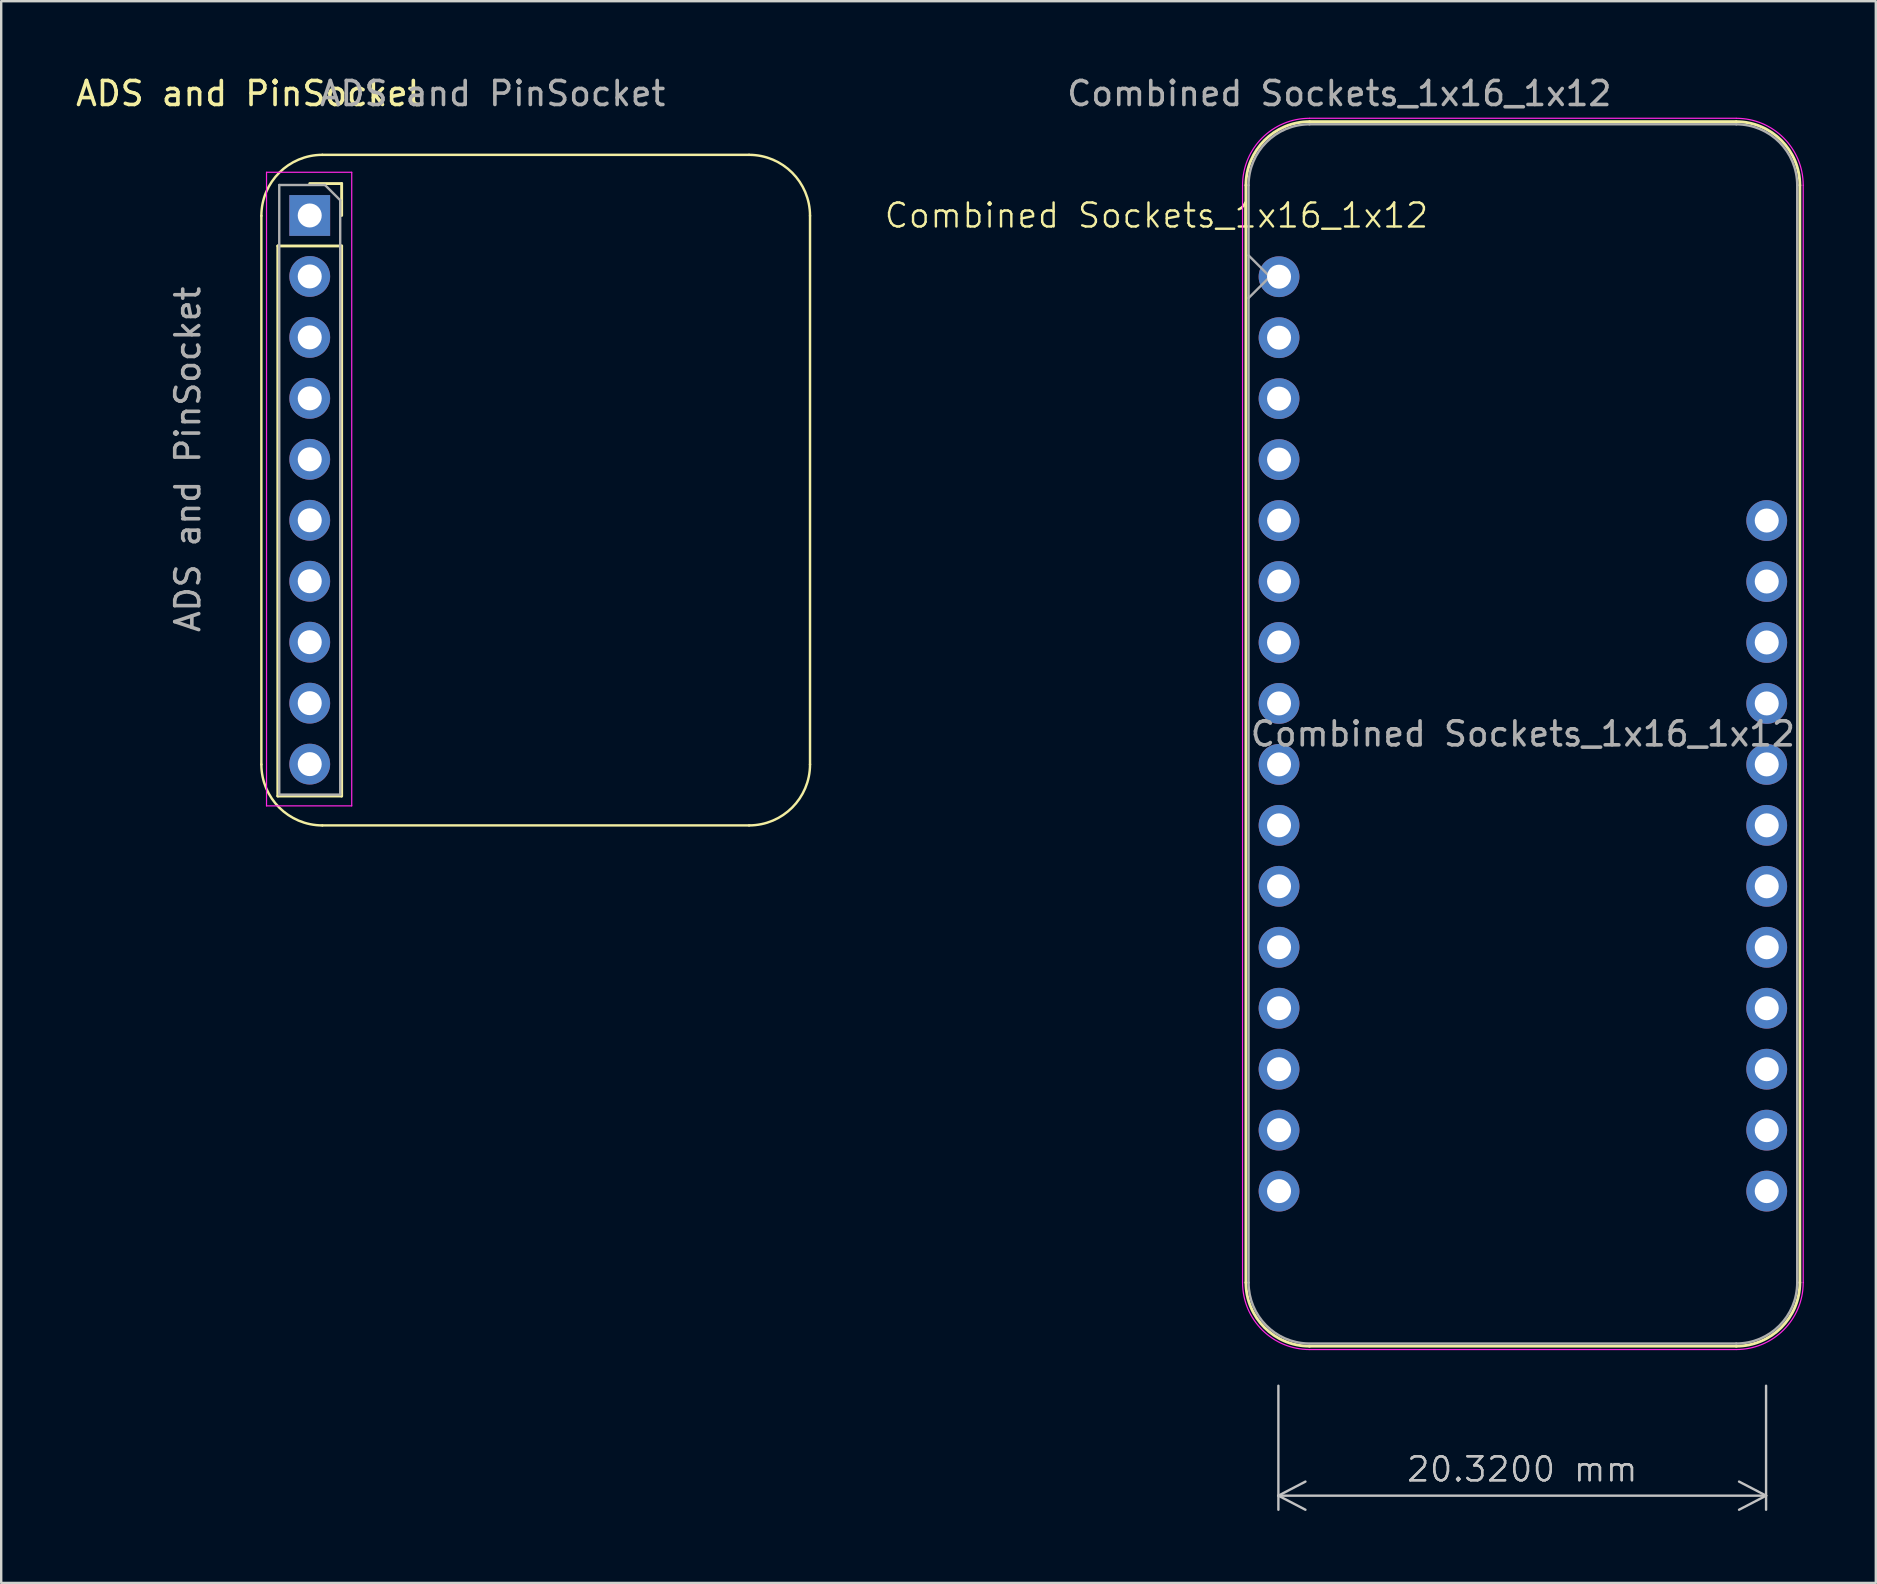
<source format=kicad_pcb>
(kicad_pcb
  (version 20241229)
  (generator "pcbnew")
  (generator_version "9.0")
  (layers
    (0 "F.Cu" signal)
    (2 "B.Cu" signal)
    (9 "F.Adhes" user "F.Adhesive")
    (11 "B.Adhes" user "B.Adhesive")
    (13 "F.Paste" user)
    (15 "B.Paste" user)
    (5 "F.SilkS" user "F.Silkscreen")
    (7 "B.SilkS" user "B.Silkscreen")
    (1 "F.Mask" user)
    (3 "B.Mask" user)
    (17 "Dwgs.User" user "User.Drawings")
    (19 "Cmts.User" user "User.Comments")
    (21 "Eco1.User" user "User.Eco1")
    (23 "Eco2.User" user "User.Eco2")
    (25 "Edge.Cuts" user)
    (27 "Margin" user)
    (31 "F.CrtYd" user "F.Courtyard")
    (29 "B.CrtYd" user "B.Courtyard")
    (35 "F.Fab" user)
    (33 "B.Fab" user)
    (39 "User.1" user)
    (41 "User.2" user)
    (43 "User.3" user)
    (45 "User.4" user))
  (footprint "ADS and PinSocket"
    (layer "F.Cu")
    (at 9.855 5.928)
    (property "Reference" "ADS and PinSocket" (at -2.54 -5.08 0) (layer "F.SilkS") (effects (font (size 1 1) (thickness 0.15))))
    (attr through_hole)
    (fp_line (start -2.015 22.873) (end -2.015 0.013) (stroke (width 0.102) (type default)) (layer "F.SilkS"))
    (fp_line (start -1.33 1.27) (end -1.33 24.19) (stroke (width 0.12) (type solid)) (layer "F.SilkS"))
    (fp_line (start -1.33 1.27) (end 1.33 1.27) (stroke (width 0.12) (type solid)) (layer "F.SilkS"))
    (fp_line (start -1.33 24.19) (end 1.33 24.19) (stroke (width 0.12) (type solid)) (layer "F.SilkS"))
    (fp_line (start 0 -1.33) (end 1.33 -1.33) (stroke (width 0.12) (type solid)) (layer "F.SilkS"))
    (fp_line (start 0.525 -2.527) (end 18.305 -2.527) (stroke (width 0.102) (type default)) (layer "F.SilkS"))
    (fp_line (start 1.33 -1.33) (end 1.33 0) (stroke (width 0.12) (type solid)) (layer "F.SilkS"))
    (fp_line (start 1.33 1.27) (end 1.33 24.19) (stroke (width 0.12) (type solid)) (layer "F.SilkS"))
    (fp_line (start 18.305 25.413) (end 0.525 25.413) (stroke (width 0.102) (type default)) (layer "F.SilkS"))
    (fp_line (start 20.845 0.013) (end 20.845 22.873) (stroke (width 0.102) (type default)) (layer "F.SilkS"))
    (fp_arc (start -2.014741 0.013255) (mid -1.270792 -1.782796) (end 0.525259 -2.526745) (stroke (width 0.1016) (type default)) (layer "F.SilkS"))
    (fp_arc (start 0.525259 25.413255) (mid -1.270792 24.669306) (end -2.014741 22.873255) (stroke (width 0.1016) (type default)) (layer "F.SilkS"))
    (fp_arc (start 18.305259 -2.526745) (mid 20.10131 -1.782796) (end 20.845259 0.013255) (stroke (width 0.1016) (type default)) (layer "F.SilkS"))
    (fp_arc (start 20.845259 22.873255) (mid 20.10131 24.669306) (end 18.305259 25.413255) (stroke (width 0.1016) (type default)) (layer "F.SilkS"))
    (fp_line (start -1.8 -1.8) (end 1.75 -1.8) (stroke (width 0.05) (type solid)) (layer "F.CrtYd"))
    (fp_line (start -1.8 24.6) (end -1.8 -1.8) (stroke (width 0.05) (type solid)) (layer "F.CrtYd"))
    (fp_line (start 1.75 -1.8) (end 1.75 24.6) (stroke (width 0.05) (type solid)) (layer "F.CrtYd"))
    (fp_line (start 1.75 24.6) (end -1.8 24.6) (stroke (width 0.05) (type solid)) (layer "F.CrtYd"))
    (fp_line (start -1.27 -1.27) (end 0.635 -1.27) (stroke (width 0.1) (type solid)) (layer "F.Fab"))
    (fp_line (start -1.27 24.13) (end -1.27 -1.27) (stroke (width 0.1) (type solid)) (layer "F.Fab"))
    (fp_line (start 0.635 -1.27) (end 1.27 -0.635) (stroke (width 0.1) (type solid)) (layer "F.Fab"))
    (fp_line (start 1.27 -0.635) (end 1.27 24.13) (stroke (width 0.1) (type solid)) (layer "F.Fab"))
    (fp_line (start 1.27 24.13) (end -1.27 24.13) (stroke (width 0.1) (type solid)) (layer "F.Fab"))
    (fp_text user "${REFERENCE}" (at -5.08 10.16 90) (layer "F.Fab") (effects (font (size 1 1) (thickness 0.15))))
    (fp_text user "${REFERENCE}" (at 7.62 -5.08 0) (unlocked yes) (layer "F.Fab") (effects (font (size 1 1) (thickness 0.15))))
    (pad "1" thru_hole rect (at 0 0) (size 1.7 1.7) (drill 1) (layers "*.Cu" "*.Mask"))
    (pad "2" thru_hole oval (at 0 2.54) (size 1.7 1.7) (drill 1) (layers "*.Cu" "*.Mask"))
    (pad "3" thru_hole oval (at 0 5.08) (size 1.7 1.7) (drill 1) (layers "*.Cu" "*.Mask"))
    (pad "4" thru_hole oval (at 0 7.62) (size 1.7 1.7) (drill 1) (layers "*.Cu" "*.Mask"))
    (pad "5" thru_hole oval (at 0 10.16) (size 1.7 1.7) (drill 1) (layers "*.Cu" "*.Mask"))
    (pad "6" thru_hole oval (at 0 12.7) (size 1.7 1.7) (drill 1) (layers "*.Cu" "*.Mask"))
    (pad "7" thru_hole oval (at 0 15.24) (size 1.7 1.7) (drill 1) (layers "*.Cu" "*.Mask"))
    (pad "8" thru_hole oval (at 0 17.78) (size 1.7 1.7) (drill 1) (layers "*.Cu" "*.Mask"))
    (pad "9" thru_hole oval (at 0 20.32) (size 1.7 1.7) (drill 1) (layers "*.Cu" "*.Mask"))
    (pad "10" thru_hole oval (at 0 22.86) (size 1.7 1.7) (drill 1) (layers "*.Cu" "*.Mask")))
  (footprint "Combined Sockets_1x16_1x12"
    (layer "F.Cu")
    (at 50.215 8.468)
    (property "Reference" "Combined Sockets_1x16_1x12" (at -5.08 -2.54 0) (unlocked yes) (layer "F.SilkS") (effects (font (size 1 1) (thickness 0.1))))
    (attr through_hole)
    (fp_line (start -1.353 -3.799) (end -1.353 41.921) (stroke (width 0.12) (type solid)) (layer "F.SilkS"))
    (fp_line (start 19.077 -6.449) (end 1.297 -6.449) (stroke (width 0.12) (type solid)) (layer "F.SilkS"))
    (fp_line (start 19.077 44.571) (end 1.297 44.571) (stroke (width 0.12) (type solid)) (layer "F.SilkS"))
    (fp_line (start 21.727 -3.799) (end 21.727 41.921) (stroke (width 0.12) (type solid)) (layer "F.SilkS"))
    (fp_arc (start -1.352732 -3.798808) (mid -0.576565 -5.672641) (end 1.297268 -6.448808) (stroke (width 0.12) (type solid)) (layer "F.SilkS"))
    (fp_arc (start 1.297268 44.571192) (mid -0.576565 43.795025) (end -1.352732 41.921192) (stroke (width 0.12) (type solid)) (layer "F.SilkS"))
    (fp_arc (start 19.077268 -6.448808) (mid 20.951101 -5.672641) (end 21.727268 -3.798808) (stroke (width 0.12) (type solid)) (layer "F.SilkS"))
    (fp_arc (start 21.727268 41.921192) (mid 20.951101 43.795025) (end 19.077268 44.571192) (stroke (width 0.12) (type solid)) (layer "F.SilkS"))
    (fp_line (start -1.493 41.921) (end -1.493 -3.799) (stroke (width 0.05) (type solid)) (layer "F.CrtYd"))
    (fp_line (start 19.077 -6.589) (end 1.297 -6.589) (stroke (width 0.05) (type solid)) (layer "F.CrtYd"))
    (fp_line (start 19.077 44.711) (end 1.297 44.711) (stroke (width 0.05) (type solid)) (layer "F.CrtYd"))
    (fp_line (start 21.867 41.921) (end 21.867 -3.799) (stroke (width 0.05) (type solid)) (layer "F.CrtYd"))
    (fp_arc (start -1.492732 -3.798808) (mid -0.67556 -5.771636) (end 1.297268 -6.588808) (stroke (width 0.05) (type solid)) (layer "F.CrtYd"))
    (fp_arc (start 1.297268 44.711192) (mid -0.67556 43.89402) (end -1.492732 41.921192) (stroke (width 0.05) (type solid)) (layer "F.CrtYd"))
    (fp_arc (start 19.077268 -6.588808) (mid 21.050096 -5.771636) (end 21.867268 -3.798808) (stroke (width 0.05) (type solid)) (layer "F.CrtYd"))
    (fp_arc (start 21.867268 41.921192) (mid 21.050096 43.89402) (end 19.077268 44.711192) (stroke (width 0.05) (type solid)) (layer "F.CrtYd"))
    (fp_line (start -1.243 -3.799) (end -1.243 41.921) (stroke (width 0.1) (type solid)) (layer "F.Fab"))
    (fp_line (start -1.243 -0.878) (end -0.354 0.011) (stroke (width 0.1) (type solid)) (layer "F.Fab"))
    (fp_line (start -0.354 0.011) (end -1.243 0.9) (stroke (width 0.1) (type solid)) (layer "F.Fab"))
    (fp_line (start 1.297 44.461) (end 19.077 44.461) (stroke (width 0.1) (type solid)) (layer "F.Fab"))
    (fp_line (start 19.077 -6.339) (end 1.297 -6.339) (stroke (width 0.1) (type solid)) (layer "F.Fab"))
    (fp_line (start 21.617 41.921) (end 21.617 -3.799) (stroke (width 0.1) (type solid)) (layer "F.Fab"))
    (fp_arc (start -1.242732 -3.798808) (mid -0.498783 -5.594859) (end 1.297268 -6.338808) (stroke (width 0.1) (type solid)) (layer "F.Fab"))
    (fp_arc (start 1.248506 44.460724) (mid -0.515941 43.69992) (end -1.242732 41.921192) (stroke (width 0.1) (type solid)) (layer "F.Fab"))
    (fp_arc (start 19.077268 -6.338808) (mid 20.873319 -5.594859) (end 21.617268 -3.798808) (stroke (width 0.1) (type solid)) (layer "F.Fab"))
    (fp_arc (start 21.617268 41.921192) (mid 20.873319 43.717243) (end 19.077268 44.461192) (stroke (width 0.1) (type solid)) (layer "F.Fab"))
    (fp_text user "${REFERENCE}" (at 10.187 19.061 180) (layer "F.Fab") (effects (font (size 1 1) (thickness 0.15))))
    (fp_text user "${REFERENCE}" (at 2.54 -7.62 0) (unlocked yes) (layer "F.Fab") (effects (font (size 1 1) (thickness 0.15))))
    (dimension (type aligned) (layer "Dwgs.User") (pts (xy 50.215 54.188) (xy 70.535 54.188)) (height 5.08) (format (prefix "") (suffix "") (units 3) (units_format 1) (precision 4)) (style (thickness 0.1) (arrow_length 1.27) (text_position_mode 0) (arrow_direction outward) (extension_height 0.586) (extension_offset 0.5) (keep_text_aligned yes)) (gr_text "20.3200 mm" (at 60.375 58.168 0) (layer "Dwgs.User") (effects (font (size 1 1) (thickness 0.1)))))
    (pad "0" thru_hole circle (at 0.027 0.011 180) (size 1.7 1.7) (drill 1) (layers "*.Cu" "*.Mask"))
    (pad "1" thru_hole circle (at 0.027 2.551 180) (size 1.7 1.7) (drill 1) (layers "*.Cu" "*.Mask"))
    (pad "2" thru_hole circle (at 0.027 5.091 180) (size 1.7 1.7) (drill 1) (layers "*.Cu" "*.Mask"))
    (pad "3" thru_hole circle (at 0.027 7.631 180) (size 1.7 1.7) (drill 1) (layers "*.Cu" "*.Mask"))
    (pad "4" thru_hole circle (at 0.027 10.171 180) (size 1.7 1.7) (drill 1) (layers "*.Cu" "*.Mask"))
    (pad "5" thru_hole circle (at 0.027 12.711 180) (size 1.7 1.7) (drill 1) (layers "*.Cu" "*.Mask"))
    (pad "6" thru_hole circle (at 0.027 15.251 180) (size 1.7 1.7) (drill 1) (layers "*.Cu" "*.Mask"))
    (pad "7" thru_hole circle (at 0.027 17.791 180) (size 1.7 1.7) (drill 1) (layers "*.Cu" "*.Mask"))
    (pad "8" thru_hole circle (at 0.027 20.331 180) (size 1.7 1.7) (drill 1) (layers "*.Cu" "*.Mask"))
    (pad "9" thru_hole circle (at 0.027 22.871 180) (size 1.7 1.7) (drill 1) (layers "*.Cu" "*.Mask"))
    (pad "10" thru_hole circle (at 0.027 25.411 180) (size 1.7 1.7) (drill 1) (layers "*.Cu" "*.Mask"))
    (pad "11" thru_hole circle (at 0.027 27.951 180) (size 1.7 1.7) (drill 1) (layers "*.Cu" "*.Mask"))
    (pad "12" thru_hole circle (at 0.027 30.491 180) (size 1.7 1.7) (drill 1) (layers "*.Cu" "*.Mask"))
    (pad "13" thru_hole circle (at 0.027 33.031 180) (size 1.7 1.7) (drill 1) (layers "*.Cu" "*.Mask"))
    (pad "14" thru_hole circle (at 0.027 35.571 180) (size 1.7 1.7) (drill 1) (layers "*.Cu" "*.Mask"))
    (pad "15" thru_hole circle (at 0.027 38.111 180) (size 1.7 1.7) (drill 1) (layers "*.Cu" "*.Mask"))
    (pad "16" thru_hole circle (at 20.347 38.111 180) (size 1.7 1.7) (drill 1) (layers "*.Cu" "*.Mask"))
    (pad "17" thru_hole circle (at 20.347 35.571 180) (size 1.7 1.7) (drill 1) (layers "*.Cu" "*.Mask"))
    (pad "18" thru_hole circle (at 20.347 33.031 180) (size 1.7 1.7) (drill 1) (layers "*.Cu" "*.Mask"))
    (pad "19" thru_hole circle (at 20.347 30.491 180) (size 1.7 1.7) (drill 1) (layers "*.Cu" "*.Mask"))
    (pad "20" thru_hole circle (at 20.347 27.951 180) (size 1.7 1.7) (drill 1) (layers "*.Cu" "*.Mask"))
    (pad "21" thru_hole circle (at 20.347 25.411 180) (size 1.7 1.7) (drill 1) (layers "*.Cu" "*.Mask"))
    (pad "22" thru_hole circle (at 20.347 22.871 180) (size 1.7 1.7) (drill 1) (layers "*.Cu" "*.Mask"))
    (pad "23" thru_hole circle (at 20.347 20.331 180) (size 1.7 1.7) (drill 1) (layers "*.Cu" "*.Mask"))
    (pad "24" thru_hole circle (at 20.347 17.791 180) (size 1.7 1.7) (drill 1) (layers "*.Cu" "*.Mask"))
    (pad "25" thru_hole circle (at 20.347 15.251 180) (size 1.7 1.7) (drill 1) (layers "*.Cu" "*.Mask"))
    (pad "26" thru_hole circle (at 20.347 12.711 180) (size 1.7 1.7) (drill 1) (layers "*.Cu" "*.Mask"))
    (pad "27" thru_hole circle (at 20.347 10.171 180) (size 1.7 1.7) (drill 1) (layers "*.Cu" "*.Mask")))
  (gr_rect
    (start -3 -3)
    (end 75.107 62.905)
    (stroke (width 0.1) (type default))
    (fill no)
    (layer "Edge.Cuts")))
</source>
